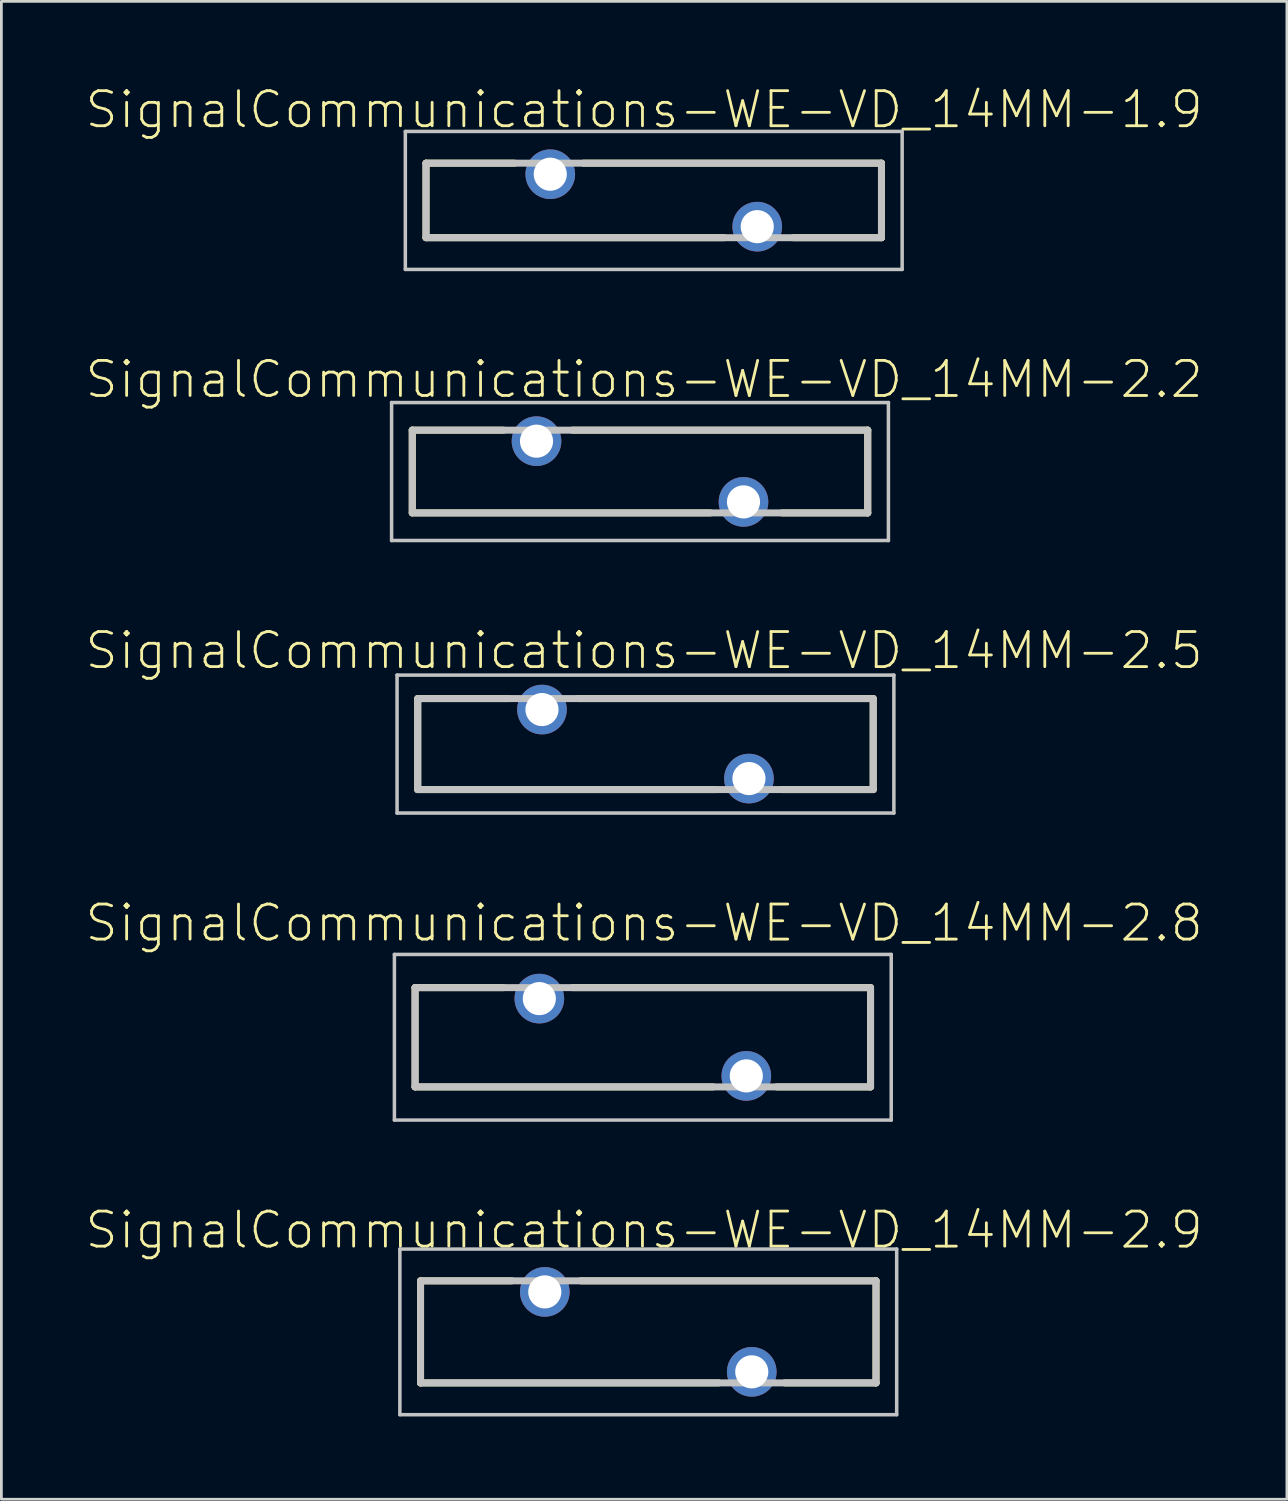
<source format=kicad_pcb>
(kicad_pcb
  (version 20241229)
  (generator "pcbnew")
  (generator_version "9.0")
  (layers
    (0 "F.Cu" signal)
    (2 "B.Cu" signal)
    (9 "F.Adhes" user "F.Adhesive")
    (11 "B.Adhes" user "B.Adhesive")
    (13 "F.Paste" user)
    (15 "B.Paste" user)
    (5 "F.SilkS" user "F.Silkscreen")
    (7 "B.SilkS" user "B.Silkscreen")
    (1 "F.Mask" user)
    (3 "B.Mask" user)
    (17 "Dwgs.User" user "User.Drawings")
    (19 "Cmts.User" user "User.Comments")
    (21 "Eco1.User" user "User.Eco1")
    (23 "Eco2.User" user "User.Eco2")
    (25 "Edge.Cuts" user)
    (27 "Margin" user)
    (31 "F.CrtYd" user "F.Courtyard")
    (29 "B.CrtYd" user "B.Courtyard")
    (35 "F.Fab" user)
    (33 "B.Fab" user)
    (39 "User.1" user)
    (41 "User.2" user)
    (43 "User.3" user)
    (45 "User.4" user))
  (footprint "SignalCommunications-WE-VD_14MM-1.9"
    (layer "F.Cu")
    (at 20.633 4.211)
    (property "Reference" "SignalCommunications-WE-VD_14MM-1.9" (at -0.348 -3.289 0) (layer "F.SilkS") (effects (font (size 1.27 1.27) (thickness 0.102))))
    (attr exclude_from_pos_files exclude_from_bom)
    (fp_line (start -8.25 -1.349) (end -8.25 1.349) (stroke (width 0.254) (type solid)) (layer "F.SilkS"))
    (fp_line (start -8.25 1.349) (end 2.548 1.349) (stroke (width 0.254) (type solid)) (layer "F.SilkS"))
    (fp_line (start -5.05 -1.349) (end -8.25 -1.349) (stroke (width 0.254) (type solid)) (layer "F.SilkS"))
    (fp_line (start 5.05 1.349) (end 8.25 1.349) (stroke (width 0.254) (type solid)) (layer "F.SilkS"))
    (fp_line (start 8.25 -1.349) (end -2.548 -1.349) (stroke (width 0.254) (type solid)) (layer "F.SilkS"))
    (fp_line (start 8.25 1.349) (end 8.25 -1.349) (stroke (width 0.254) (type solid)) (layer "F.SilkS"))
    (fp_line (start -8.999 -2.499) (end 8.999 -2.499) (stroke (width 0.127) (type solid)) (layer "Dwgs.User"))
    (fp_line (start -8.999 2.499) (end -8.999 -2.499) (stroke (width 0.127) (type solid)) (layer "Dwgs.User"))
    (fp_line (start -8.25 -1.349) (end -8.25 1.349) (stroke (width 0.254) (type solid)) (layer "Dwgs.User"))
    (fp_line (start -8.25 1.349) (end 8.25 1.349) (stroke (width 0.254) (type solid)) (layer "Dwgs.User"))
    (fp_line (start 8.25 -1.349) (end -8.25 -1.349) (stroke (width 0.254) (type solid)) (layer "Dwgs.User"))
    (fp_line (start 8.25 1.349) (end 8.25 -1.349) (stroke (width 0.254) (type solid)) (layer "Dwgs.User"))
    (fp_line (start 8.999 -2.499) (end 8.999 2.499) (stroke (width 0.127) (type solid)) (layer "Dwgs.User"))
    (fp_line (start 8.999 2.499) (end -8.999 2.499) (stroke (width 0.127) (type solid)) (layer "Dwgs.User"))
    (pad "1" thru_hole circle (at -3.749 -0.95) (size 1.798 1.798) (drill 1.199) (layers "*.Cu" "*.Paste" "*.Mask"))
    (pad "2" thru_hole circle (at 3.749 0.95) (size 1.798 1.798) (drill 1.199) (layers "*.Cu" "*.Paste" "*.Mask")))
  (footprint "SignalCommunications-WE-VD_14MM-2.5"
    (layer "F.Cu")
    (at 20.333 23.905)
    (property "Reference" "SignalCommunications-WE-VD_14MM-2.5" (at -0.048 -3.388 0) (layer "F.SilkS") (effects (font (size 1.27 1.27) (thickness 0.102))))
    (attr exclude_from_pos_files exclude_from_bom)
    (fp_line (start -8.25 -1.648) (end -8.25 1.648) (stroke (width 0.254) (type solid)) (layer "F.SilkS"))
    (fp_line (start -8.25 1.648) (end 2.548 1.648) (stroke (width 0.254) (type solid)) (layer "F.SilkS"))
    (fp_line (start -4.948 -1.648) (end -8.25 -1.648) (stroke (width 0.254) (type solid)) (layer "F.SilkS"))
    (fp_line (start 4.948 1.648) (end 8.25 1.648) (stroke (width 0.254) (type solid)) (layer "F.SilkS"))
    (fp_line (start 8.25 -1.648) (end -2.449 -1.648) (stroke (width 0.254) (type solid)) (layer "F.SilkS"))
    (fp_line (start 8.25 1.648) (end 8.25 -1.648) (stroke (width 0.254) (type solid)) (layer "F.SilkS"))
    (fp_line (start -8.999 -2.499) (end 8.999 -2.499) (stroke (width 0.127) (type solid)) (layer "Dwgs.User"))
    (fp_line (start -8.999 2.499) (end -8.999 -2.499) (stroke (width 0.127) (type solid)) (layer "Dwgs.User"))
    (fp_line (start -8.25 -1.648) (end -8.25 1.648) (stroke (width 0.254) (type solid)) (layer "Dwgs.User"))
    (fp_line (start -8.25 1.648) (end 8.25 1.648) (stroke (width 0.254) (type solid)) (layer "Dwgs.User"))
    (fp_line (start 8.25 -1.648) (end -8.148 -1.648) (stroke (width 0.254) (type solid)) (layer "Dwgs.User"))
    (fp_line (start 8.25 1.648) (end 8.25 -1.648) (stroke (width 0.254) (type solid)) (layer "Dwgs.User"))
    (fp_line (start 8.999 -2.499) (end 8.999 2.499) (stroke (width 0.127) (type solid)) (layer "Dwgs.User"))
    (fp_line (start 8.999 2.499) (end -8.999 2.499) (stroke (width 0.127) (type solid)) (layer "Dwgs.User"))
    (pad "1" thru_hole circle (at -3.749 -1.25) (size 1.798 1.798) (drill 1.199) (layers "*.Cu" "*.Paste" "*.Mask"))
    (pad "2" thru_hole circle (at 3.749 1.25) (size 1.798 1.798) (drill 1.199) (layers "*.Cu" "*.Paste" "*.Mask")))
  (footprint "SignalCommunications-WE-VD_14MM-2.2"
    (layer "F.Cu")
    (at 20.135 14.032)
    (property "Reference" "SignalCommunications-WE-VD_14MM-2.2" (at 0.15 -3.338 0) (layer "F.SilkS") (effects (font (size 1.27 1.27) (thickness 0.102))))
    (attr exclude_from_pos_files exclude_from_bom)
    (fp_line (start -8.25 -1.499) (end -8.25 1.499) (stroke (width 0.254) (type solid)) (layer "F.SilkS"))
    (fp_line (start -8.25 1.499) (end 2.548 1.499) (stroke (width 0.254) (type solid)) (layer "F.SilkS"))
    (fp_line (start -4.948 -1.499) (end -8.25 -1.499) (stroke (width 0.254) (type solid)) (layer "F.SilkS"))
    (fp_line (start 5.149 1.499) (end 8.25 1.499) (stroke (width 0.254) (type solid)) (layer "F.SilkS"))
    (fp_line (start 8.25 -1.499) (end -2.449 -1.499) (stroke (width 0.254) (type solid)) (layer "F.SilkS"))
    (fp_line (start 8.25 1.499) (end 8.25 -1.499) (stroke (width 0.254) (type solid)) (layer "F.SilkS"))
    (fp_line (start -8.999 -2.499) (end 8.999 -2.499) (stroke (width 0.127) (type solid)) (layer "Dwgs.User"))
    (fp_line (start -8.999 2.499) (end -8.999 -2.499) (stroke (width 0.127) (type solid)) (layer "Dwgs.User"))
    (fp_line (start -8.25 -1.499) (end -8.25 1.499) (stroke (width 0.254) (type solid)) (layer "Dwgs.User"))
    (fp_line (start -8.148 1.499) (end 8.25 1.499) (stroke (width 0.254) (type solid)) (layer "Dwgs.User"))
    (fp_line (start 8.25 -1.499) (end -8.25 -1.499) (stroke (width 0.254) (type solid)) (layer "Dwgs.User"))
    (fp_line (start 8.25 1.499) (end 8.25 -1.499) (stroke (width 0.254) (type solid)) (layer "Dwgs.User"))
    (fp_line (start 8.999 -2.499) (end 8.999 2.499) (stroke (width 0.127) (type solid)) (layer "Dwgs.User"))
    (fp_line (start 8.999 2.499) (end -8.999 2.499) (stroke (width 0.127) (type solid)) (layer "Dwgs.User"))
    (pad "1" thru_hole circle (at -3.749 -1.1) (size 1.798 1.798) (drill 1.199) (layers "*.Cu" "*.Paste" "*.Mask"))
    (pad "2" thru_hole circle (at 3.749 1.1) (size 1.798 1.798) (drill 1.199) (layers "*.Cu" "*.Paste" "*.Mask")))
  (footprint "SignalCommunications-WE-VD_14MM-2.8"
    (layer "F.Cu")
    (at 20.237 34.526)
    (property "Reference" "SignalCommunications-WE-VD_14MM-2.8" (at 0.048 -4.138 0) (layer "F.SilkS") (effects (font (size 1.27 1.27) (thickness 0.102))))
    (attr exclude_from_pos_files exclude_from_bom)
    (fp_line (start -8.25 -1.798) (end -5.05 -1.798) (stroke (width 0.254) (type solid)) (layer "F.SilkS"))
    (fp_line (start -8.25 1.798) (end -8.25 -1.798) (stroke (width 0.254) (type solid)) (layer "F.SilkS"))
    (fp_line (start -2.548 -1.798) (end 8.25 -1.798) (stroke (width 0.254) (type solid)) (layer "F.SilkS"))
    (fp_line (start 2.548 1.798) (end -8.25 1.798) (stroke (width 0.254) (type solid)) (layer "F.SilkS"))
    (fp_line (start 8.25 -1.798) (end 8.25 1.798) (stroke (width 0.254) (type solid)) (layer "F.SilkS"))
    (fp_line (start 8.25 1.798) (end 4.849 1.798) (stroke (width 0.254) (type solid)) (layer "F.SilkS"))
    (fp_line (start -8.999 -3) (end 8.999 -3) (stroke (width 0.127) (type solid)) (layer "Dwgs.User"))
    (fp_line (start -8.999 3) (end -8.999 -3) (stroke (width 0.127) (type solid)) (layer "Dwgs.User"))
    (fp_line (start -8.25 -1.798) (end -8.25 1.798) (stroke (width 0.254) (type solid)) (layer "Dwgs.User"))
    (fp_line (start -8.25 -1.798) (end 8.148 -1.798) (stroke (width 0.254) (type solid)) (layer "Dwgs.User"))
    (fp_line (start -8.25 1.798) (end 8.25 1.798) (stroke (width 0.254) (type solid)) (layer "Dwgs.User"))
    (fp_line (start 8.25 1.798) (end 8.25 -1.798) (stroke (width 0.254) (type solid)) (layer "Dwgs.User"))
    (fp_line (start 8.999 -3) (end 8.999 3) (stroke (width 0.127) (type solid)) (layer "Dwgs.User"))
    (fp_line (start 8.999 3) (end -8.999 3) (stroke (width 0.127) (type solid)) (layer "Dwgs.User"))
    (pad "1" thru_hole circle (at -3.749 -1.4) (size 1.798 1.798) (drill 1.199) (layers "*.Cu" "*.Paste" "*.Mask"))
    (pad "2" thru_hole circle (at 3.749 1.4) (size 1.798 1.798) (drill 1.199) (layers "*.Cu" "*.Paste" "*.Mask")))
  (footprint "SignalCommunications-WE-VD_14MM-2.9"
    (layer "F.Cu")
    (at 20.435 45.199)
    (property "Reference" "SignalCommunications-WE-VD_14MM-2.9" (at -0.15 -3.688 0) (layer "F.SilkS") (effects (font (size 1.27 1.27) (thickness 0.102))))
    (attr exclude_from_pos_files exclude_from_bom)
    (fp_line (start -8.25 -1.849) (end -8.25 1.849) (stroke (width 0.254) (type solid)) (layer "F.SilkS"))
    (fp_line (start -8.25 1.849) (end 2.548 1.849) (stroke (width 0.254) (type solid)) (layer "F.SilkS"))
    (fp_line (start -4.948 -1.849) (end -8.25 -1.849) (stroke (width 0.254) (type solid)) (layer "F.SilkS"))
    (fp_line (start 4.948 1.849) (end 8.25 1.849) (stroke (width 0.254) (type solid)) (layer "F.SilkS"))
    (fp_line (start 8.25 -1.849) (end -2.449 -1.849) (stroke (width 0.254) (type solid)) (layer "F.SilkS"))
    (fp_line (start 8.25 1.849) (end 8.25 -1.849) (stroke (width 0.254) (type solid)) (layer "F.SilkS"))
    (fp_line (start -8.999 -3) (end 8.999 -3) (stroke (width 0.127) (type solid)) (layer "Dwgs.User"))
    (fp_line (start -8.999 3) (end -8.999 -3) (stroke (width 0.127) (type solid)) (layer "Dwgs.User"))
    (fp_line (start -8.25 1.849) (end -8.25 -1.849) (stroke (width 0.254) (type solid)) (layer "Dwgs.User"))
    (fp_line (start -8.148 -1.849) (end 8.25 -1.849) (stroke (width 0.254) (type solid)) (layer "Dwgs.User"))
    (fp_line (start 8.25 -1.849) (end 8.25 1.849) (stroke (width 0.254) (type solid)) (layer "Dwgs.User"))
    (fp_line (start 8.25 1.849) (end -8.25 1.849) (stroke (width 0.254) (type solid)) (layer "Dwgs.User"))
    (fp_line (start 8.999 -3) (end 8.999 3) (stroke (width 0.127) (type solid)) (layer "Dwgs.User"))
    (fp_line (start 8.999 3) (end -8.999 3) (stroke (width 0.127) (type solid)) (layer "Dwgs.User"))
    (pad "1" thru_hole circle (at -3.749 -1.448) (size 1.798 1.798) (drill 1.199) (layers "*.Cu" "*.Paste" "*.Mask"))
    (pad "2" thru_hole circle (at 3.749 1.448) (size 1.798 1.798) (drill 1.199) (layers "*.Cu" "*.Paste" "*.Mask")))
  (gr_rect
    (start -3 -3)
    (end 43.57 51.262)
    (stroke (width 0.1) (type default))
    (fill no)
    (layer "Edge.Cuts")))
</source>
